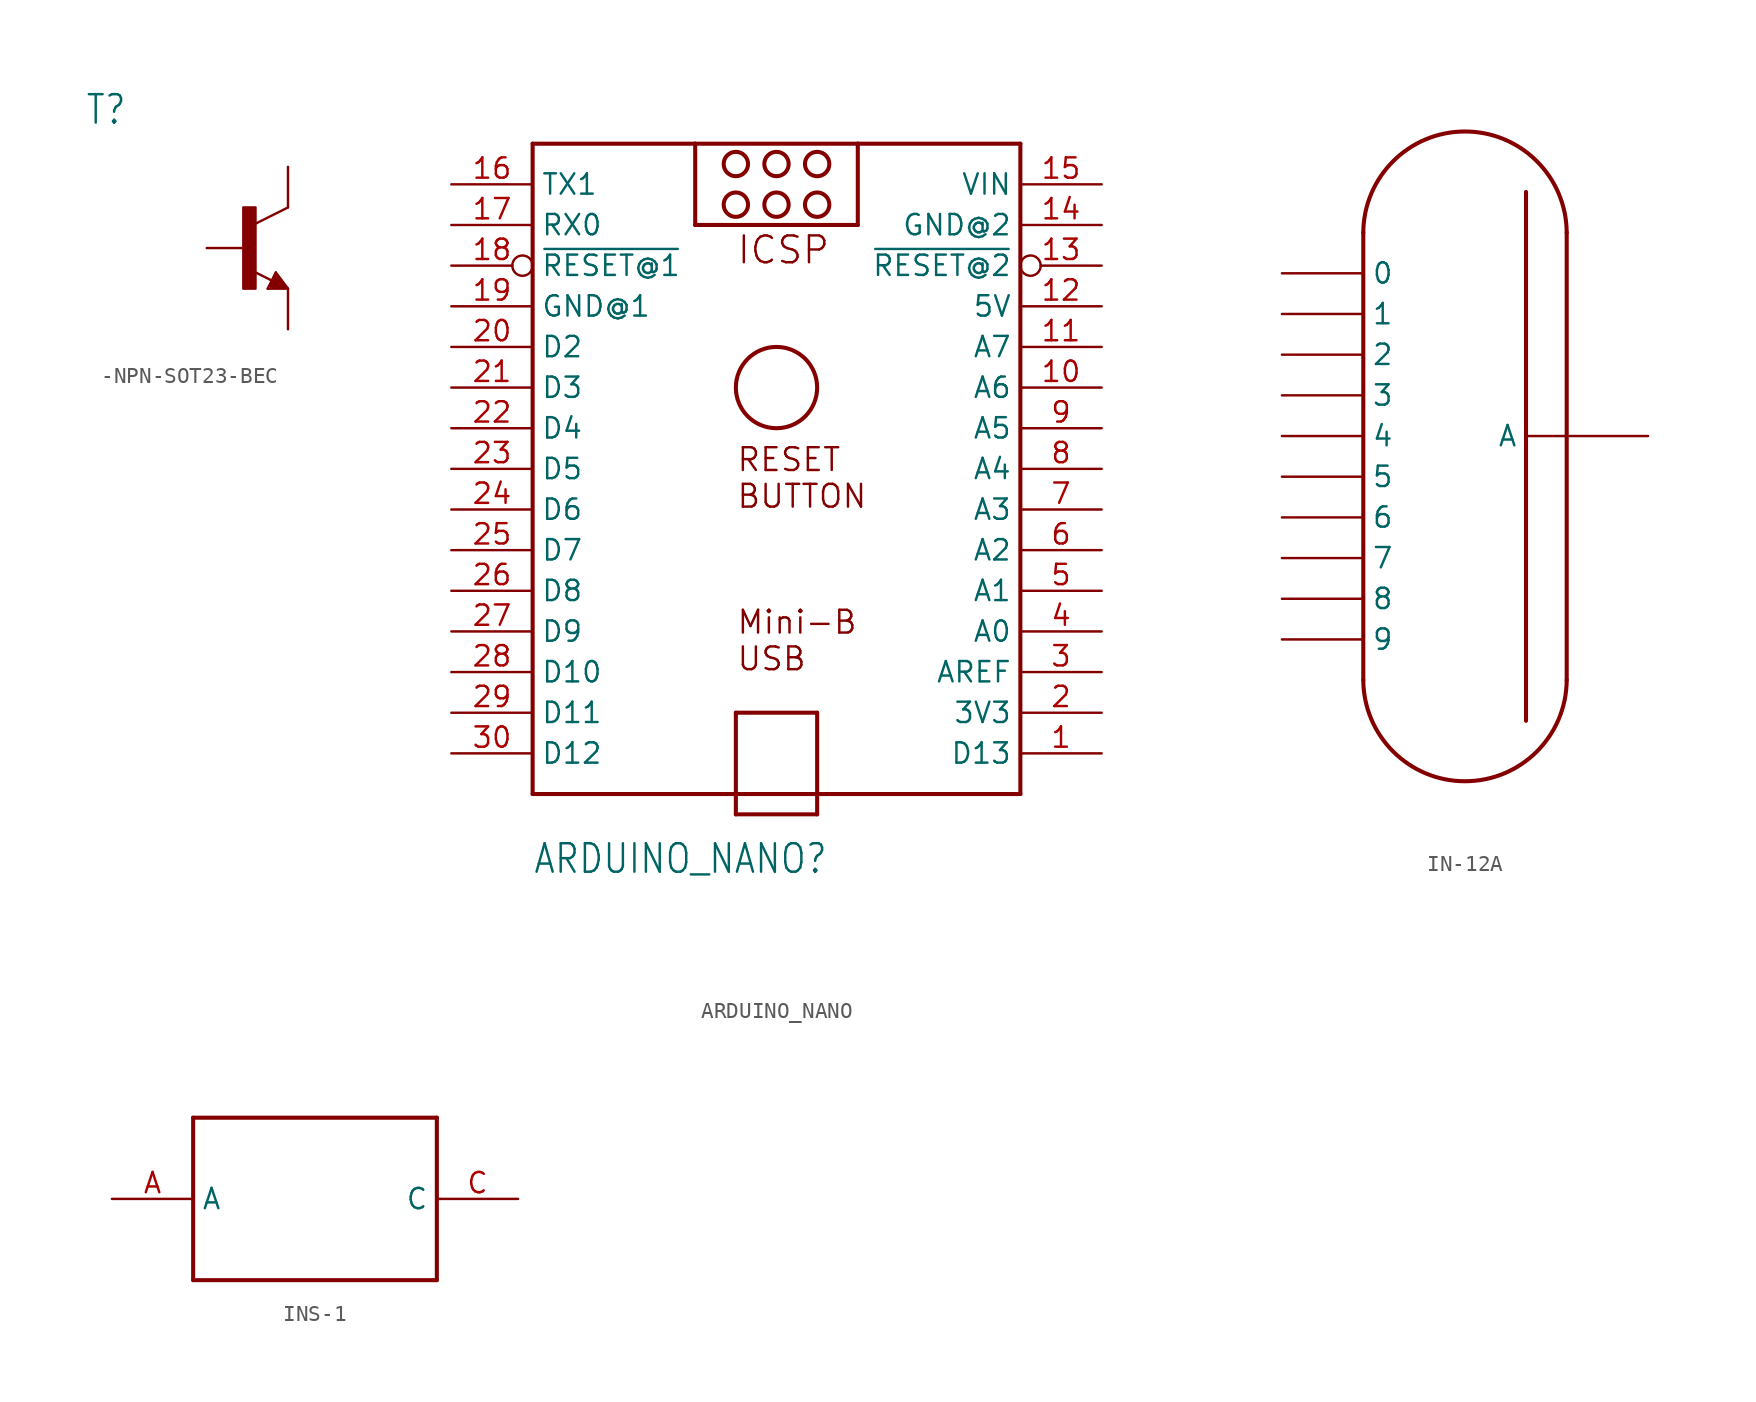
<source format=kicad_sym>
(kicad_symbol_lib
  (version 20220914)
  (generator kicad_symbol_editor)
  (symbol "-NPN-SOT23-BEC"
    (property "Reference" "T"
      (at -10.16 7.62 0)
      (effects (font (size 1.778 1.511)) (justify left bottom)))
    (property "Value" ""
      (at -10.16 5.08 0)
      (effects (font (size 1.778 1.511)) (justify left bottom)))
    (property "ki_locked" ""
      (at 0 0 0)
      (effects (font (size 1.27 1.27))))
    (symbol "-NPN-SOT23-BEC_1_0"
      (rectangle (start -0.254 -2.54) (end 0.508 2.54) (stroke (width 0) (type default)) (fill (type outline)))
      (polyline (pts (xy 1.27 -2.54) (xy 1.778 -1.524)) (stroke (width 0.152) (type solid)) (fill (type none)))
      (polyline (pts (xy 1.524 -2.413) (xy 2.286 -2.413)) (stroke (width 0.254) (type solid)) (fill (type none)))
      (polyline (pts (xy 1.524 -2.286) (xy 1.905 -2.286)) (stroke (width 0.254) (type solid)) (fill (type none)))
      (polyline (pts (xy 1.54 -2.04) (xy 0.308 -1.424)) (stroke (width 0.152) (type solid)) (fill (type none)))
      (polyline (pts (xy 1.778 -1.778) (xy 1.524 -2.286)) (stroke (width 0.254) (type solid)) (fill (type none)))
      (polyline (pts (xy 1.778 -1.524) (xy 2.54 -2.54)) (stroke (width 0.152) (type solid)) (fill (type none)))
      (polyline (pts (xy 1.905 -2.286) (xy 1.778 -2.032)) (stroke (width 0.254) (type solid)) (fill (type none)))
      (polyline (pts (xy 2.286 -2.413) (xy 1.778 -1.778)) (stroke (width 0.254) (type solid)) (fill (type none)))
      (polyline (pts (xy 2.54 -2.54) (xy 1.27 -2.54)) (stroke (width 0.152) (type solid)) (fill (type none)))
      (polyline (pts (xy 2.54 2.54) (xy 0.508 1.524)) (stroke (width 0.152) (type solid)) (fill (type none)))
      (pin passive line (at -2.54 0 0) (length 2.54) (name "B" (effects (font (size 0 0)))) (number "1" (effects (font (size 0 0)))))
      (pin passive line (at 2.54 -5.08 90) (length 2.54) (name "E" (effects (font (size 0 0)))) (number "2" (effects (font (size 0 0)))))
      (pin passive line (at 2.54 5.08 270) (length 2.54) (name "C" (effects (font (size 0 0)))) (number "3" (effects (font (size 0 0)))))))
  (symbol "ARDUINO_NANO"
    (property "Reference" "ARDUINO_NANO"
      (at -15.24 -30.48 0)
      (effects (font (size 1.778 1.511)) (justify left bottom)))
    (property "Value" ""
      (at -15.24 -33.02 0)
      (effects (font (size 1.778 1.511)) (justify left bottom)))
    (property "ki_locked" ""
      (at 0 0 0)
      (effects (font (size 1.27 1.27))))
    (symbol "ARDUINO_NANO_1_0"
      (circle (center -2.54 11.43) (radius 0.762) (stroke (width 0.254) (type solid)) (fill (type none)))
      (circle (center -2.54 13.97) (radius 0.762) (stroke (width 0.254) (type solid)) (fill (type none)))
      (polyline (pts (xy -15.24 -25.4) (xy -15.24 15.24)) (stroke (width 0.254) (type solid)) (fill (type none)))
      (polyline (pts (xy -15.24 15.24) (xy -5.08 15.24)) (stroke (width 0.254) (type solid)) (fill (type none)))
      (polyline (pts (xy -5.08 10.16) (xy 5.08 10.16)) (stroke (width 0.254) (type solid)) (fill (type none)))
      (polyline (pts (xy -5.08 15.24) (xy -5.08 10.16)) (stroke (width 0.254) (type solid)) (fill (type none)))
      (polyline (pts (xy -5.08 15.24) (xy 5.08 15.24)) (stroke (width 0.254) (type solid)) (fill (type none)))
      (polyline (pts (xy -2.54 -26.67) (xy 2.54 -26.67)) (stroke (width 0.254) (type solid)) (fill (type none)))
      (polyline (pts (xy -2.54 -20.32) (xy -2.54 -26.67)) (stroke (width 0.254) (type solid)) (fill (type none)))
      (polyline (pts (xy 2.54 -26.67) (xy 2.54 -20.32)) (stroke (width 0.254) (type solid)) (fill (type none)))
      (polyline (pts (xy 2.54 -20.32) (xy -2.54 -20.32)) (stroke (width 0.254) (type solid)) (fill (type none)))
      (polyline (pts (xy 5.08 10.16) (xy 5.08 15.24)) (stroke (width 0.254) (type solid)) (fill (type none)))
      (polyline (pts (xy 5.08 15.24) (xy 15.24 15.24)) (stroke (width 0.254) (type solid)) (fill (type none)))
      (polyline (pts (xy 15.24 -25.4) (xy -15.24 -25.4)) (stroke (width 0.254) (type solid)) (fill (type none)))
      (polyline (pts (xy 15.24 15.24) (xy 15.24 -25.4)) (stroke (width 0.254) (type solid)) (fill (type none)))
      (circle (center 0 0) (radius 2.54) (stroke (width 0.254) (type solid)) (fill (type none)))
      (circle (center 0 11.43) (radius 0.762) (stroke (width 0.254) (type solid)) (fill (type none)))
      (circle (center 0 13.97) (radius 0.762) (stroke (width 0.254) (type solid)) (fill (type none)))
      (circle (center 2.54 11.43) (radius 0.762) (stroke (width 0.254) (type solid)) (fill (type none)))
      (circle (center 2.54 13.97) (radius 0.762) (stroke (width 0.254) (type solid)) (fill (type none)))
      (text "ICSP" (at -2.54 7.62 0) (effects (font (size 1.676 1.676)) (justify left bottom)))
      (text "Mini-B\nUSB" (at -2.54 -17.78 0) (effects (font (size 1.422 1.422)) (justify left bottom)))
      (text "RESET\nBUTTON" (at -2.54 -7.62 0) (effects (font (size 1.422 1.422)) (justify left bottom)))
      (pin bidirectional line (at 20.32 -22.86 180) (length 5.08) (name "D13" (effects (font (size 1.27 1.27)))) (number "1" (effects (font (size 1.27 1.27)))))
      (pin bidirectional line (at 20.32 0 180) (length 5.08) (name "A6" (effects (font (size 1.27 1.27)))) (number "10" (effects (font (size 1.27 1.27)))))
      (pin bidirectional line (at 20.32 2.54 180) (length 5.08) (name "A7" (effects (font (size 1.27 1.27)))) (number "11" (effects (font (size 1.27 1.27)))))
      (pin power_in line (at 20.32 5.08 180) (length 5.08) (name "5V" (effects (font (size 1.27 1.27)))) (number "12" (effects (font (size 1.27 1.27)))))
      (pin input inverted (at 20.32 7.62 180) (length 5.08) (name "~{RESET@2}" (effects (font (size 1.27 1.27)))) (number "13" (effects (font (size 1.27 1.27)))))
      (pin power_in line (at 20.32 10.16 180) (length 5.08) (name "GND@2" (effects (font (size 1.27 1.27)))) (number "14" (effects (font (size 1.27 1.27)))))
      (pin power_in line (at 20.32 12.7 180) (length 5.08) (name "VIN" (effects (font (size 1.27 1.27)))) (number "15" (effects (font (size 1.27 1.27)))))
      (pin bidirectional line (at -20.32 12.7 0) (length 5.08) (name "TX1" (effects (font (size 1.27 1.27)))) (number "16" (effects (font (size 1.27 1.27)))))
      (pin bidirectional line (at -20.32 10.16 0) (length 5.08) (name "RX0" (effects (font (size 1.27 1.27)))) (number "17" (effects (font (size 1.27 1.27)))))
      (pin input inverted (at -20.32 7.62 0) (length 5.08) (name "~{RESET@1}" (effects (font (size 1.27 1.27)))) (number "18" (effects (font (size 1.27 1.27)))))
      (pin power_in line (at -20.32 5.08 0) (length 5.08) (name "GND@1" (effects (font (size 1.27 1.27)))) (number "19" (effects (font (size 1.27 1.27)))))
      (pin output line (at 20.32 -20.32 180) (length 5.08) (name "3V3" (effects (font (size 1.27 1.27)))) (number "2" (effects (font (size 1.27 1.27)))))
      (pin bidirectional line (at -20.32 2.54 0) (length 5.08) (name "D2" (effects (font (size 1.27 1.27)))) (number "20" (effects (font (size 1.27 1.27)))))
      (pin bidirectional line (at -20.32 0 0) (length 5.08) (name "D3" (effects (font (size 1.27 1.27)))) (number "21" (effects (font (size 1.27 1.27)))))
      (pin bidirectional line (at -20.32 -2.54 0) (length 5.08) (name "D4" (effects (font (size 1.27 1.27)))) (number "22" (effects (font (size 1.27 1.27)))))
      (pin bidirectional line (at -20.32 -5.08 0) (length 5.08) (name "D5" (effects (font (size 1.27 1.27)))) (number "23" (effects (font (size 1.27 1.27)))))
      (pin bidirectional line (at -20.32 -7.62 0) (length 5.08) (name "D6" (effects (font (size 1.27 1.27)))) (number "24" (effects (font (size 1.27 1.27)))))
      (pin bidirectional line (at -20.32 -10.16 0) (length 5.08) (name "D7" (effects (font (size 1.27 1.27)))) (number "25" (effects (font (size 1.27 1.27)))))
      (pin bidirectional line (at -20.32 -12.7 0) (length 5.08) (name "D8" (effects (font (size 1.27 1.27)))) (number "26" (effects (font (size 1.27 1.27)))))
      (pin bidirectional line (at -20.32 -15.24 0) (length 5.08) (name "D9" (effects (font (size 1.27 1.27)))) (number "27" (effects (font (size 1.27 1.27)))))
      (pin bidirectional line (at -20.32 -17.78 0) (length 5.08) (name "D10" (effects (font (size 1.27 1.27)))) (number "28" (effects (font (size 1.27 1.27)))))
      (pin bidirectional line (at -20.32 -20.32 0) (length 5.08) (name "D11" (effects (font (size 1.27 1.27)))) (number "29" (effects (font (size 1.27 1.27)))))
      (pin input line (at 20.32 -17.78 180) (length 5.08) (name "AREF" (effects (font (size 1.27 1.27)))) (number "3" (effects (font (size 1.27 1.27)))))
      (pin bidirectional line (at -20.32 -22.86 0) (length 5.08) (name "D12" (effects (font (size 1.27 1.27)))) (number "30" (effects (font (size 1.27 1.27)))))
      (pin bidirectional line (at 20.32 -15.24 180) (length 5.08) (name "A0" (effects (font (size 1.27 1.27)))) (number "4" (effects (font (size 1.27 1.27)))))
      (pin bidirectional line (at 20.32 -12.7 180) (length 5.08) (name "A1" (effects (font (size 1.27 1.27)))) (number "5" (effects (font (size 1.27 1.27)))))
      (pin bidirectional line (at 20.32 -10.16 180) (length 5.08) (name "A2" (effects (font (size 1.27 1.27)))) (number "6" (effects (font (size 1.27 1.27)))))
      (pin bidirectional line (at 20.32 -7.62 180) (length 5.08) (name "A3" (effects (font (size 1.27 1.27)))) (number "7" (effects (font (size 1.27 1.27)))))
      (pin bidirectional line (at 20.32 -5.08 180) (length 5.08) (name "A4" (effects (font (size 1.27 1.27)))) (number "8" (effects (font (size 1.27 1.27)))))
      (pin bidirectional line (at 20.32 -2.54 180) (length 5.08) (name "A5" (effects (font (size 1.27 1.27)))) (number "9" (effects (font (size 1.27 1.27)))))))
  (symbol "IN-12A"
    (property "Reference" "N"
      (at -2.54 17.78 0)
      (effects (font (size 1.778 1.511)) (justify left bottom) hide))
    (property "ki_locked" ""
      (at 0 0 0)
      (effects (font (size 1.27 1.27))))
    (symbol "IN-12A_1_0"
      (arc (start -2.54 -17.78) (mid 3.81 -24.1024) (end 10.16 -17.78) (stroke (width 0.254) (type solid)) (fill (type none)))
      (polyline (pts (xy -2.54 10.16) (xy -2.54 -17.78)) (stroke (width 0.254) (type solid)) (fill (type none)))
      (polyline (pts (xy 7.62 12.7) (xy 7.62 -20.32)) (stroke (width 0.254) (type solid)) (fill (type none)))
      (polyline (pts (xy 10.16 10.16) (xy 10.16 -17.78)) (stroke (width 0.254) (type solid)) (fill (type none)))
      (arc (start 10.16 10.16) (mid 3.81 16.4824) (end -2.54 10.16) (stroke (width 0.254) (type solid)) (fill (type none)))
      (pin bidirectional line (at -7.62 7.62 0) (length 5.08) (name "0" (effects (font (size 1.27 1.27)))) (number "0" (effects (font (size 0 0)))))
      (pin bidirectional line (at -7.62 5.08 0) (length 5.08) (name "1" (effects (font (size 1.27 1.27)))) (number "1" (effects (font (size 0 0)))))
      (pin bidirectional line (at -7.62 2.54 0) (length 5.08) (name "2" (effects (font (size 1.27 1.27)))) (number "2" (effects (font (size 0 0)))))
      (pin bidirectional line (at -7.62 0 0) (length 5.08) (name "3" (effects (font (size 1.27 1.27)))) (number "3" (effects (font (size 0 0)))))
      (pin bidirectional line (at -7.62 -2.54 0) (length 5.08) (name "4" (effects (font (size 1.27 1.27)))) (number "4" (effects (font (size 0 0)))))
      (pin bidirectional line (at -7.62 -5.08 0) (length 5.08) (name "5" (effects (font (size 1.27 1.27)))) (number "5" (effects (font (size 0 0)))))
      (pin bidirectional line (at -7.62 -7.62 0) (length 5.08) (name "6" (effects (font (size 1.27 1.27)))) (number "6" (effects (font (size 0 0)))))
      (pin bidirectional line (at -7.62 -10.16 0) (length 5.08) (name "7" (effects (font (size 1.27 1.27)))) (number "7" (effects (font (size 0 0)))))
      (pin bidirectional line (at -7.62 -12.7 0) (length 5.08) (name "8" (effects (font (size 1.27 1.27)))) (number "8" (effects (font (size 0 0)))))
      (pin bidirectional line (at -7.62 -15.24 0) (length 5.08) (name "9" (effects (font (size 1.27 1.27)))) (number "9" (effects (font (size 0 0)))))
      (pin bidirectional line (at 15.24 -2.54 180) (length 7.62) (name "A" (effects (font (size 1.27 1.27)))) (number "A" (effects (font (size 0 0)))))))
  (symbol "INS-1"
    (property "Reference" ""
      (at -7.62 7.62 0)
      (effects (font (size 1.778 1.511)) (justify left bottom) hide))
    (property "ki_locked" ""
      (at 0 0 0)
      (effects (font (size 1.27 1.27))))
    (symbol "INS-1_1_0"
      (polyline (pts (xy -7.62 -5.08) (xy 7.62 -5.08)) (stroke (width 0.254) (type solid)) (fill (type none)))
      (polyline (pts (xy -7.62 5.08) (xy -7.62 -5.08)) (stroke (width 0.254) (type solid)) (fill (type none)))
      (polyline (pts (xy 7.62 -5.08) (xy 7.62 5.08)) (stroke (width 0.254) (type solid)) (fill (type none)))
      (polyline (pts (xy 7.62 5.08) (xy -7.62 5.08)) (stroke (width 0.254) (type solid)) (fill (type none)))
      (pin bidirectional line (at -12.7 0 0) (length 5.08) (name "A" (effects (font (size 1.27 1.27)))) (number "A" (effects (font (size 1.27 1.27)))))
      (pin bidirectional line (at 12.7 0 180) (length 5.08) (name "C" (effects (font (size 1.27 1.27)))) (number "C" (effects (font (size 1.27 1.27))))))))
</source>
